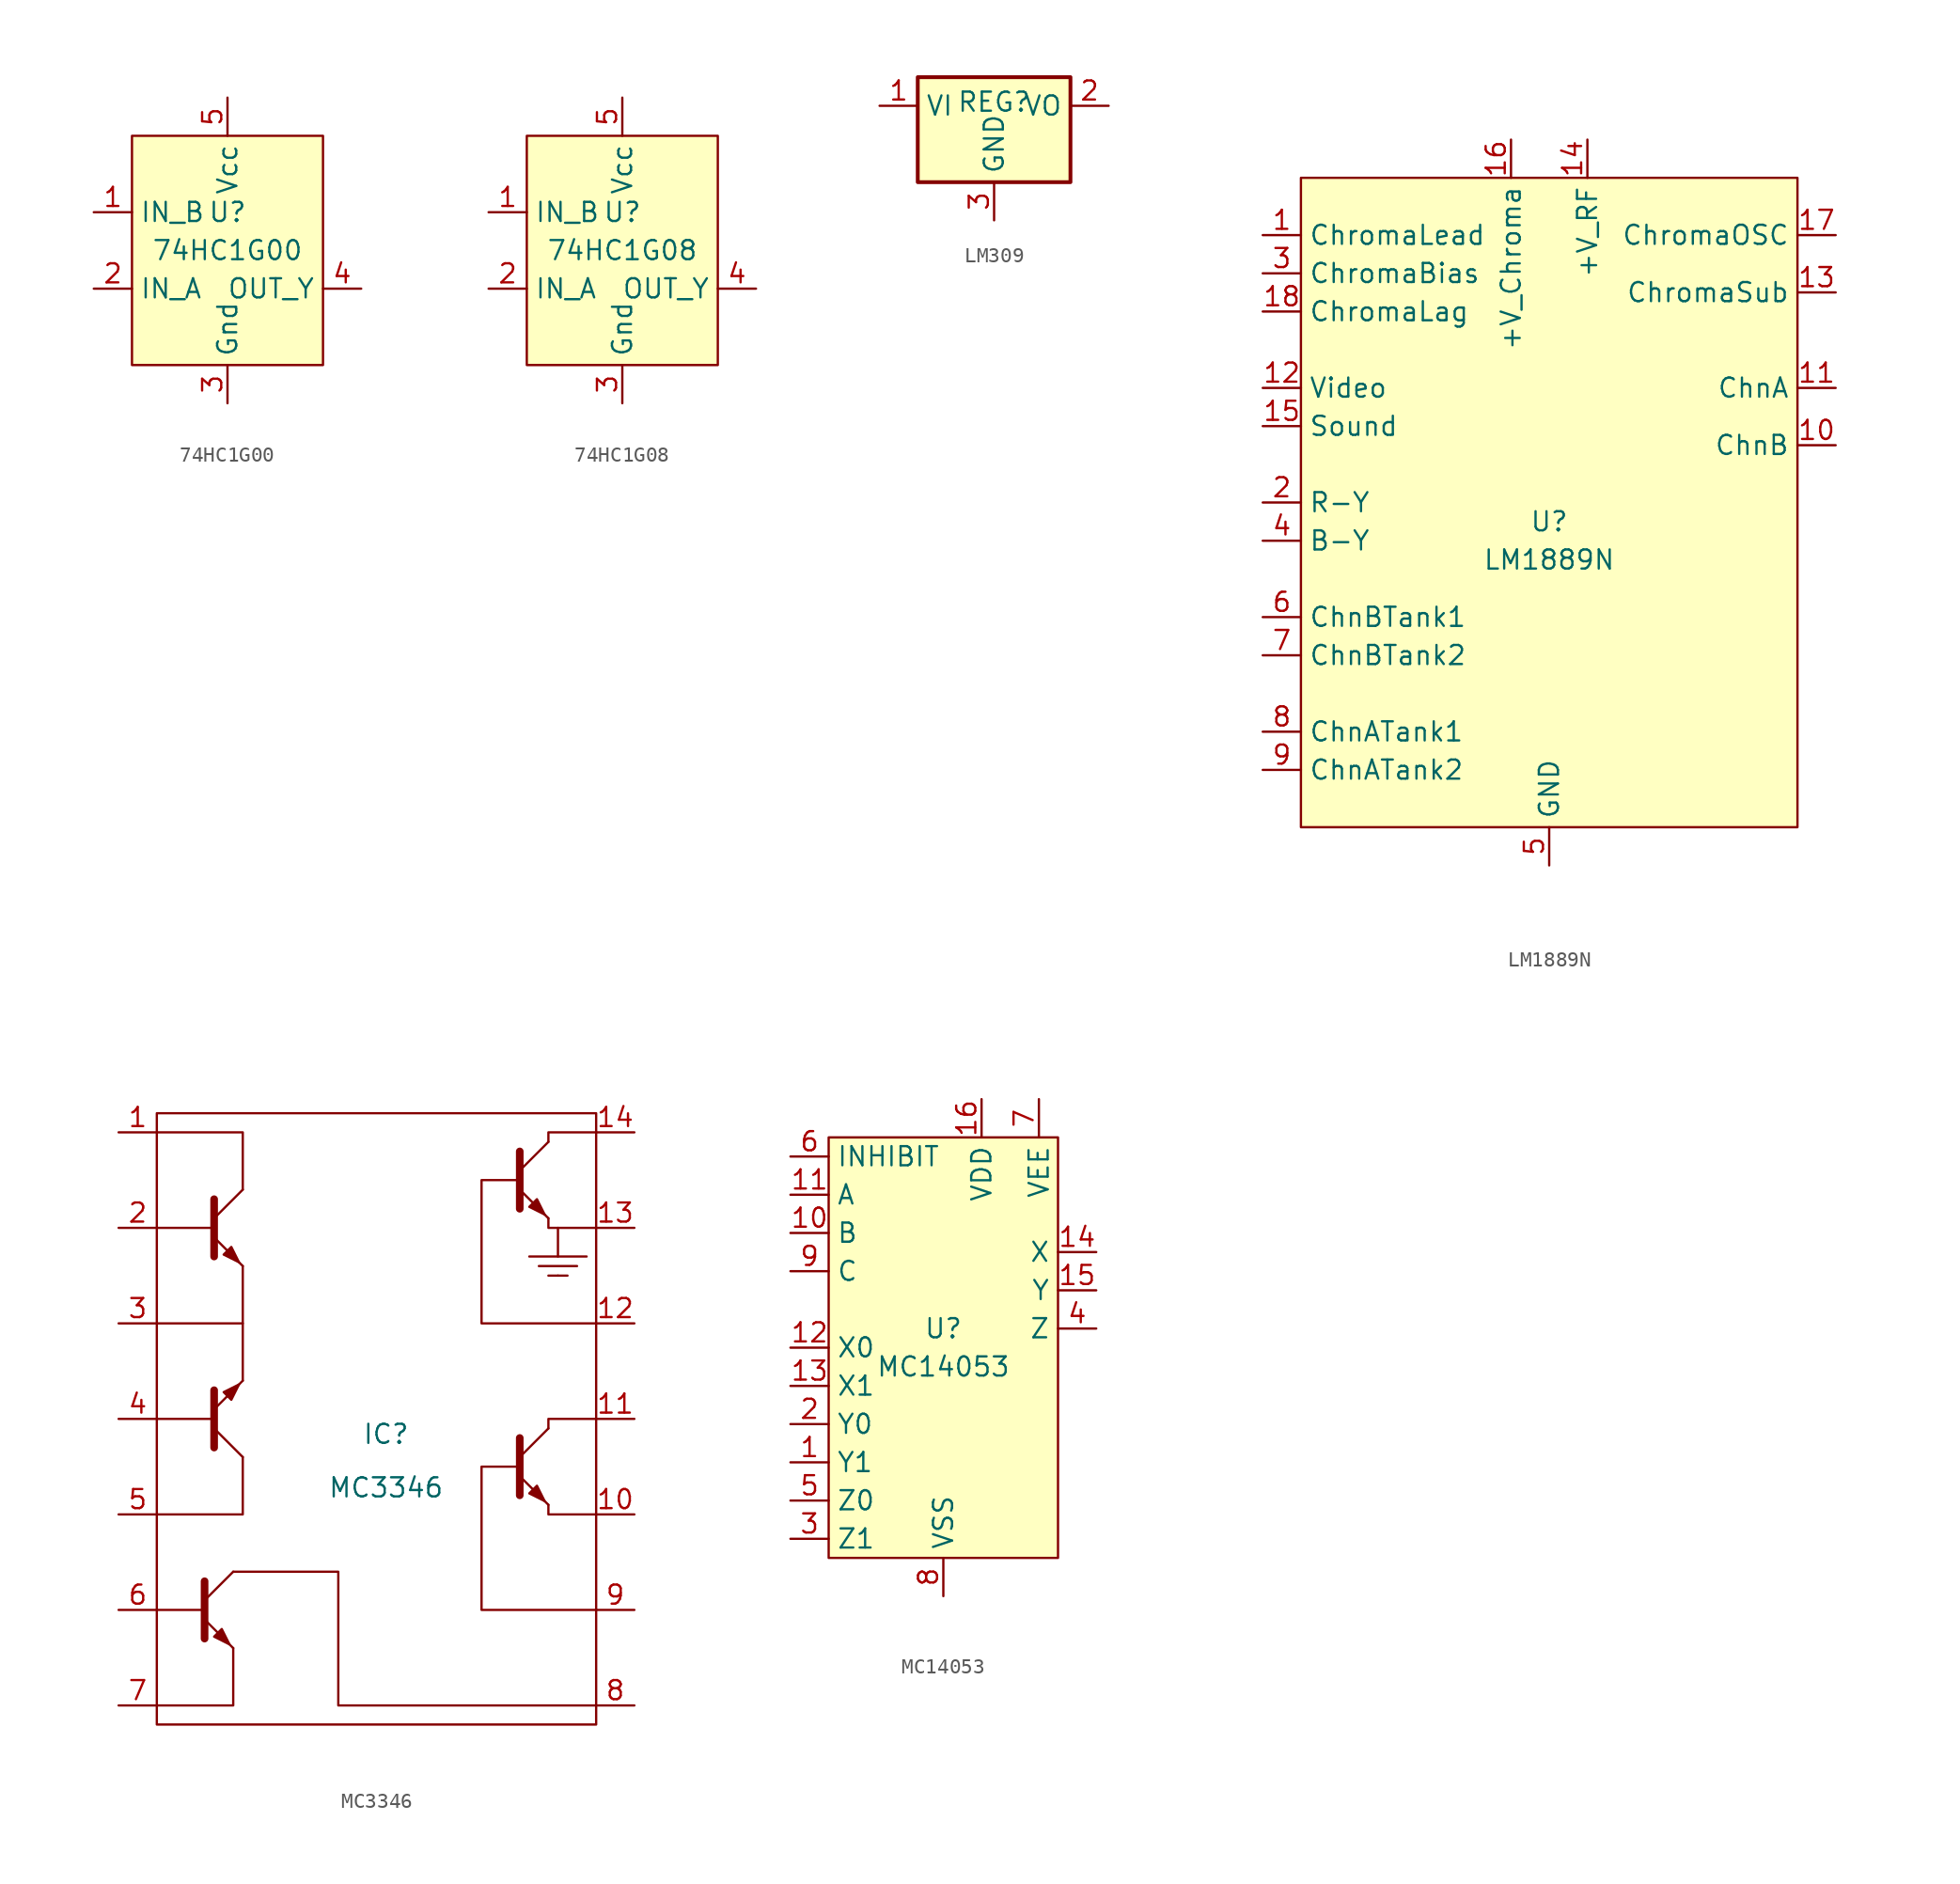
<source format=kicad_sym>
(kicad_symbol_lib
  (version 20231120)
  (generator "kicad_symbol_editor")
  (generator_version "8.0")
  (symbol "74HC1G00"
    (property "Reference" "U"
      (at 0 2.54 0)
      (effects (font (size 1.27 1.27))))
    (property "Value" "74HC1G00"
      (at 0 0 0)
      (effects (font (size 1.27 1.27))))
    (symbol "74HC1G00_0_1"
      (rectangle (start -6.35 7.62) (end 6.35 -7.62) (stroke (width 0) (type default)) (fill (type background))))
    (symbol "74HC1G00_1_1"
      (pin input line (at -8.89 2.54 0) (length 2.54) (name "IN_B" (effects (font (size 1.27 1.27)))) (number "1" (effects (font (size 1.27 1.27)))))
      (pin input line (at -8.89 -2.54 0) (length 2.54) (name "IN_A" (effects (font (size 1.27 1.27)))) (number "2" (effects (font (size 1.27 1.27)))))
      (pin power_in line (at 0 -10.16 90) (length 2.54) (name "Gnd" (effects (font (size 1.27 1.27)))) (number "3" (effects (font (size 1.27 1.27)))))
      (pin output line (at 8.89 -2.54 180) (length 2.54) (name "OUT_Y" (effects (font (size 1.27 1.27)))) (number "4" (effects (font (size 1.27 1.27)))))
      (pin power_in line (at 0 10.16 270) (length 2.54) (name "Vcc" (effects (font (size 1.27 1.27)))) (number "5" (effects (font (size 1.27 1.27)))))))
  (symbol "74HC1G08"
    (property "Reference" "U"
      (at 0 2.54 0)
      (effects (font (size 1.27 1.27))))
    (property "Value" "74HC1G08"
      (at 0 0 0)
      (effects (font (size 1.27 1.27))))
    (symbol "74HC1G08_0_1"
      (rectangle (start -6.35 7.62) (end 6.35 -7.62) (stroke (width 0) (type default)) (fill (type background))))
    (symbol "74HC1G08_1_1"
      (pin input line (at -8.89 2.54 0) (length 2.54) (name "IN_B" (effects (font (size 1.27 1.27)))) (number "1" (effects (font (size 1.27 1.27)))))
      (pin input line (at -8.89 -2.54 0) (length 2.54) (name "IN_A" (effects (font (size 1.27 1.27)))) (number "2" (effects (font (size 1.27 1.27)))))
      (pin power_in line (at 0 -10.16 90) (length 2.54) (name "Gnd" (effects (font (size 1.27 1.27)))) (number "3" (effects (font (size 1.27 1.27)))))
      (pin output line (at 8.89 -2.54 180) (length 2.54) (name "OUT_Y" (effects (font (size 1.27 1.27)))) (number "4" (effects (font (size 1.27 1.27)))))
      (pin power_in line (at 0 10.16 270) (length 2.54) (name "Vcc" (effects (font (size 1.27 1.27)))) (number "5" (effects (font (size 1.27 1.27)))))))
  (symbol "LM309"
    (property "Reference" "REG"
      (at 0 1.524 0)
      (effects (font (size 1.27 1.27))))
    (property "Value" ""
      (at 0 0 0)
      (effects (font (size 1.27 1.27))))
    (symbol "LM309_0_1"
      (rectangle (start -5.08 3.175) (end 5.08 -3.81) (stroke (width 0.254) (type default)) (fill (type background))))
    (symbol "LM309_1_1"
      (pin power_in line (at -7.62 1.27 0) (length 2.54) (name "VI" (effects (font (size 1.27 1.27)))) (number "1" (effects (font (size 1.27 1.27)))))
      (pin power_out line (at 7.62 1.27 180) (length 2.54) (name "VO" (effects (font (size 1.27 1.27)))) (number "2" (effects (font (size 1.27 1.27)))))
      (pin power_in line (at 0 -6.35 90) (length 2.54) (name "GND" (effects (font (size 1.27 1.27)))) (number "3" (effects (font (size 1.27 1.27)))))))
  (symbol "LM1889N"
    (property "Reference" "U"
      (at 0 1.27 0)
      (effects (font (size 1.27 1.27))))
    (property "Value" "LM1889N"
      (at 0 -1.27 0)
      (effects (font (size 1.27 1.27))))
    (symbol "LM1889N_0_1"
      (rectangle (start -16.51 24.13) (end 16.51 -19.05) (stroke (width 0) (type default)) (fill (type background))))
    (symbol "LM1889N_1_1"
      (pin input line (at -19.05 20.32 0) (length 2.54) (name "ChromaLead" (effects (font (size 1.27 1.27)))) (number "1" (effects (font (size 1.27 1.27)))))
      (pin output line (at 19.05 6.35 180) (length 2.54) (name "ChnB" (effects (font (size 1.27 1.27)))) (number "10" (effects (font (size 1.27 1.27)))))
      (pin output line (at 19.05 10.16 180) (length 2.54) (name "ChnA" (effects (font (size 1.27 1.27)))) (number "11" (effects (font (size 1.27 1.27)))))
      (pin input line (at -19.05 10.16 0) (length 2.54) (name "Video" (effects (font (size 1.27 1.27)))) (number "12" (effects (font (size 1.27 1.27)))))
      (pin output line (at 19.05 16.51 180) (length 2.54) (name "ChromaSub" (effects (font (size 1.27 1.27)))) (number "13" (effects (font (size 1.27 1.27)))))
      (pin power_in line (at 2.54 26.67 270) (length 2.54) (name "+V_RF" (effects (font (size 1.27 1.27)))) (number "14" (effects (font (size 1.27 1.27)))))
      (pin input line (at -19.05 7.62 0) (length 2.54) (name "Sound" (effects (font (size 1.27 1.27)))) (number "15" (effects (font (size 1.27 1.27)))))
      (pin power_in line (at -2.54 26.67 270) (length 2.54) (name "+V_Chroma" (effects (font (size 1.27 1.27)))) (number "16" (effects (font (size 1.27 1.27)))))
      (pin output line (at 19.05 20.32 180) (length 2.54) (name "ChromaOSC" (effects (font (size 1.27 1.27)))) (number "17" (effects (font (size 1.27 1.27)))))
      (pin input line (at -19.05 15.24 0) (length 2.54) (name "ChromaLag" (effects (font (size 1.27 1.27)))) (number "18" (effects (font (size 1.27 1.27)))))
      (pin input line (at -19.05 2.54 0) (length 2.54) (name "R-Y" (effects (font (size 1.27 1.27)))) (number "2" (effects (font (size 1.27 1.27)))))
      (pin input line (at -19.05 17.78 0) (length 2.54) (name "ChromaBias" (effects (font (size 1.27 1.27)))) (number "3" (effects (font (size 1.27 1.27)))))
      (pin input line (at -19.05 0 0) (length 2.54) (name "B-Y" (effects (font (size 1.27 1.27)))) (number "4" (effects (font (size 1.27 1.27)))))
      (pin power_in line (at 0 -21.59 90) (length 2.54) (name "GND" (effects (font (size 1.27 1.27)))) (number "5" (effects (font (size 1.27 1.27)))))
      (pin input line (at -19.05 -5.08 0) (length 2.54) (name "ChnBTank1" (effects (font (size 1.27 1.27)))) (number "6" (effects (font (size 1.27 1.27)))))
      (pin input line (at -19.05 -7.62 0) (length 2.54) (name "ChnBTank2" (effects (font (size 1.27 1.27)))) (number "7" (effects (font (size 1.27 1.27)))))
      (pin input line (at -19.05 -12.7 0) (length 2.54) (name "ChnATank1" (effects (font (size 1.27 1.27)))) (number "8" (effects (font (size 1.27 1.27)))))
      (pin input line (at -19.05 -15.24 0) (length 2.54) (name "ChnATank2" (effects (font (size 1.27 1.27)))) (number "9" (effects (font (size 1.27 1.27)))))))
  (symbol "MC3346"
    (property "Reference" "IC"
      (at 0 1.524 0)
      (effects (font (size 1.27 1.27))))
    (property "Value" "MC3346"
      (at 0 -2.032 0)
      (effects (font (size 1.27 1.27))))
    (symbol "MC3346_0_1"
      (rectangle (start -15.24 22.86) (end 13.97 -17.78) (stroke (width 0) (type default)) (fill (type none)))
      (polyline (pts (xy -15.24 -10.16) (xy -12.065 -10.16)) (stroke (width 0) (type default)) (fill (type none)))
      (polyline (pts (xy -15.24 2.54) (xy -11.43 2.54)) (stroke (width 0) (type default)) (fill (type none)))
      (polyline (pts (xy -12.065 -9.525) (xy -10.16 -7.62)) (stroke (width 0) (type default)) (fill (type none)))
      (polyline (pts (xy -11.43 1.905) (xy -9.525 0)) (stroke (width 0) (type default)) (fill (type none)))
      (polyline (pts (xy -11.43 15.24) (xy -15.24 15.24)) (stroke (width 0) (type default)) (fill (type none)))
      (polyline (pts (xy -11.43 15.875) (xy -9.525 17.78)) (stroke (width 0) (type default)) (fill (type none)))
      (polyline (pts (xy -9.525 5.08) (xy -9.525 8.89)) (stroke (width 0) (type default)) (fill (type none)))
      (polyline (pts (xy 8.89 0) (xy 10.795 1.905)) (stroke (width 0) (type default)) (fill (type none)))
      (polyline (pts (xy 8.89 19.05) (xy 10.795 20.955)) (stroke (width 0) (type default)) (fill (type none)))
      (polyline (pts (xy 9.525 13.335) (xy 13.335 13.335)) (stroke (width 0) (type default)) (fill (type none)))
      (polyline (pts (xy 10.16 12.7) (xy 12.7 12.7)) (stroke (width 0) (type default)) (fill (type none)))
      (polyline (pts (xy 10.795 12.065) (xy 12.065 12.065)) (stroke (width 0) (type default)) (fill (type none)))
      (polyline (pts (xy 11.43 12.065) (xy 11.43 12.065)) (stroke (width 0) (type default)) (fill (type none)))
      (polyline (pts (xy 11.43 15.24) (xy 11.43 13.335)) (stroke (width 0) (type default)) (fill (type none)))
      (polyline (pts (xy -15.24 -3.81) (xy -9.525 -3.81) (xy -9.525 0)) (stroke (width 0) (type default)) (fill (type none)))
      (polyline (pts (xy -15.24 8.89) (xy -9.525 8.89) (xy -9.525 12.7)) (stroke (width 0) (type default)) (fill (type none)))
      (polyline (pts (xy -15.24 21.59) (xy -9.525 21.59) (xy -9.525 17.78)) (stroke (width 0) (type default)) (fill (type none)))
      (polyline (pts (xy -12.065 -10.795) (xy -10.16 -12.7) (xy -10.16 -12.7)) (stroke (width 0) (type default)) (fill (type none)))
      (polyline (pts (xy -12.065 -8.255) (xy -12.065 -12.065) (xy -12.065 -12.065)) (stroke (width 0.508) (type default)) (fill (type none)))
      (polyline (pts (xy -11.43 0.635) (xy -11.43 4.445) (xy -11.43 4.445)) (stroke (width 0.508) (type default)) (fill (type none)))
      (polyline (pts (xy -11.43 3.175) (xy -9.525 5.08) (xy -9.525 5.08)) (stroke (width 0) (type default)) (fill (type none)))
      (polyline (pts (xy -11.43 14.605) (xy -9.525 12.7) (xy -9.525 12.7)) (stroke (width 0) (type default)) (fill (type none)))
      (polyline (pts (xy -11.43 17.145) (xy -11.43 13.335) (xy -11.43 13.335)) (stroke (width 0.508) (type default)) (fill (type none)))
      (polyline (pts (xy -10.16 -12.7) (xy -10.16 -16.51) (xy -15.24 -16.51)) (stroke (width 0) (type default)) (fill (type none)))
      (polyline (pts (xy 8.89 -1.27) (xy 10.795 -3.175) (xy 10.795 -3.175)) (stroke (width 0) (type default)) (fill (type none)))
      (polyline (pts (xy 8.89 1.27) (xy 8.89 -2.54) (xy 8.89 -2.54)) (stroke (width 0.508) (type default)) (fill (type none)))
      (polyline (pts (xy 8.89 17.78) (xy 10.795 15.875) (xy 10.795 15.875)) (stroke (width 0) (type default)) (fill (type none)))
      (polyline (pts (xy 8.89 20.32) (xy 8.89 16.51) (xy 8.89 16.51)) (stroke (width 0.508) (type default)) (fill (type none)))
      (polyline (pts (xy 10.795 15.875) (xy 10.795 15.24) (xy 13.97 15.24)) (stroke (width 0) (type default)) (fill (type none)))
      (polyline (pts (xy 13.97 -3.81) (xy 10.795 -3.81) (xy 10.795 -3.175)) (stroke (width 0) (type default)) (fill (type none)))
      (polyline (pts (xy 13.97 2.54) (xy 10.795 2.54) (xy 10.795 1.905)) (stroke (width 0) (type default)) (fill (type none)))
      (polyline (pts (xy 13.97 21.59) (xy 10.795 21.59) (xy 10.795 20.955)) (stroke (width 0) (type default)) (fill (type none)))
      (polyline (pts (xy 13.97 -16.51) (xy -3.175 -16.51) (xy -3.175 -7.62) (xy -10.16 -7.62)) (stroke (width 0) (type default)) (fill (type none)))
      (polyline (pts (xy 13.97 -10.16) (xy 6.35 -10.16) (xy 6.35 -0.635) (xy 8.89 -0.635)) (stroke (width 0) (type default)) (fill (type none)))
      (polyline (pts (xy 13.97 8.89) (xy 6.35 8.89) (xy 6.35 18.415) (xy 8.89 18.415)) (stroke (width 0) (type default)) (fill (type none)))
      (polyline (pts (xy -11.43 -11.938) (xy -10.922 -11.43) (xy -10.414 -12.446) (xy -11.43 -11.938) (xy -11.43 -11.938)) (stroke (width 0) (type default)) (fill (type outline)))
      (polyline (pts (xy -10.795 4.318) (xy -10.287 3.81) (xy -9.779 4.826) (xy -10.795 4.318) (xy -10.795 4.318)) (stroke (width 0) (type default)) (fill (type outline)))
      (polyline (pts (xy -10.795 13.462) (xy -10.287 13.97) (xy -9.779 12.954) (xy -10.795 13.462) (xy -10.795 13.462)) (stroke (width 0) (type default)) (fill (type outline)))
      (polyline (pts (xy 9.525 -2.413) (xy 10.033 -1.905) (xy 10.541 -2.921) (xy 9.525 -2.413) (xy 9.525 -2.413)) (stroke (width 0) (type default)) (fill (type outline)))
      (polyline (pts (xy 9.525 16.637) (xy 10.033 17.145) (xy 10.541 16.129) (xy 9.525 16.637) (xy 9.525 16.637)) (stroke (width 0) (type default)) (fill (type outline))))
    (symbol "MC3346_1_1"
      (pin input line (at -17.78 21.59 0) (length 2.54) (name "" (effects (font (size 1.27 1.27)))) (number "1" (effects (font (size 1.27 1.27)))))
      (pin output line (at 16.51 -3.81 180) (length 2.54) (name "" (effects (font (size 1.27 1.27)))) (number "10" (effects (font (size 1.27 1.27)))))
      (pin input line (at 16.51 2.54 180) (length 2.54) (name "" (effects (font (size 1.27 1.27)))) (number "11" (effects (font (size 1.27 1.27)))))
      (pin input line (at 16.51 8.89 180) (length 2.54) (name "" (effects (font (size 1.27 1.27)))) (number "12" (effects (font (size 1.27 1.27)))))
      (pin output line (at 16.51 15.24 180) (length 2.54) (name "" (effects (font (size 1.27 1.27)))) (number "13" (effects (font (size 1.27 1.27)))))
      (pin input line (at 16.51 21.59 180) (length 2.54) (name "" (effects (font (size 1.27 1.27)))) (number "14" (effects (font (size 1.27 1.27)))))
      (pin input line (at -17.78 15.24 0) (length 2.54) (name "" (effects (font (size 1.27 1.27)))) (number "2" (effects (font (size 1.27 1.27)))))
      (pin output line (at -17.78 8.89 0) (length 2.54) (name "" (effects (font (size 1.27 1.27)))) (number "3" (effects (font (size 1.27 1.27)))))
      (pin input line (at -17.78 2.54 0) (length 2.54) (name "" (effects (font (size 1.27 1.27)))) (number "4" (effects (font (size 1.27 1.27)))))
      (pin input line (at -17.78 -3.81 0) (length 2.54) (name "" (effects (font (size 1.27 1.27)))) (number "5" (effects (font (size 1.27 1.27)))))
      (pin input line (at -17.78 -10.16 0) (length 2.54) (name "" (effects (font (size 1.27 1.27)))) (number "6" (effects (font (size 1.27 1.27)))))
      (pin output line (at -17.78 -16.51 0) (length 2.54) (name "" (effects (font (size 1.27 1.27)))) (number "7" (effects (font (size 1.27 1.27)))))
      (pin input line (at 16.51 -16.51 180) (length 2.54) (name "" (effects (font (size 1.27 1.27)))) (number "8" (effects (font (size 1.27 1.27)))))
      (pin input line (at 16.51 -10.16 180) (length 2.54) (name "" (effects (font (size 1.27 1.27)))) (number "9" (effects (font (size 1.27 1.27)))))))
  (symbol "MC14053"
    (property "Reference" "U"
      (at 0 1.27 0)
      (effects (font (size 1.27 1.27))))
    (property "Value" "MC14053"
      (at 0 -1.27 0)
      (effects (font (size 1.27 1.27))))
    (symbol "MC14053_0_1"
      (rectangle (start -7.62 13.97) (end 7.62 -13.97) (stroke (width 0) (type default)) (fill (type background))))
    (symbol "MC14053_1_1"
      (pin input line (at -10.16 -7.62 0) (length 2.54) (name "Y1" (effects (font (size 1.27 1.27)))) (number "1" (effects (font (size 1.27 1.27)))))
      (pin input line (at -10.16 7.62 0) (length 2.54) (name "B" (effects (font (size 1.27 1.27)))) (number "10" (effects (font (size 1.27 1.27)))))
      (pin input line (at -10.16 10.16 0) (length 2.54) (name "A" (effects (font (size 1.27 1.27)))) (number "11" (effects (font (size 1.27 1.27)))))
      (pin input line (at -10.16 0 0) (length 2.54) (name "X0" (effects (font (size 1.27 1.27)))) (number "12" (effects (font (size 1.27 1.27)))))
      (pin input line (at -10.16 -2.54 0) (length 2.54) (name "X1" (effects (font (size 1.27 1.27)))) (number "13" (effects (font (size 1.27 1.27)))))
      (pin output line (at 10.16 6.35 180) (length 2.54) (name "X" (effects (font (size 1.27 1.27)))) (number "14" (effects (font (size 1.27 1.27)))))
      (pin output line (at 10.16 3.81 180) (length 2.54) (name "Y" (effects (font (size 1.27 1.27)))) (number "15" (effects (font (size 1.27 1.27)))))
      (pin power_in line (at 2.54 16.51 270) (length 2.54) (name "VDD" (effects (font (size 1.27 1.27)))) (number "16" (effects (font (size 1.27 1.27)))))
      (pin input line (at -10.16 -5.08 0) (length 2.54) (name "Y0" (effects (font (size 1.27 1.27)))) (number "2" (effects (font (size 1.27 1.27)))))
      (pin input line (at -10.16 -12.7 0) (length 2.54) (name "Z1" (effects (font (size 1.27 1.27)))) (number "3" (effects (font (size 1.27 1.27)))))
      (pin output line (at 10.16 1.27 180) (length 2.54) (name "Z" (effects (font (size 1.27 1.27)))) (number "4" (effects (font (size 1.27 1.27)))))
      (pin input line (at -10.16 -10.16 0) (length 2.54) (name "Z0" (effects (font (size 1.27 1.27)))) (number "5" (effects (font (size 1.27 1.27)))))
      (pin input line (at -10.16 12.7 0) (length 2.54) (name "INHIBIT" (effects (font (size 1.27 1.27)))) (number "6" (effects (font (size 1.27 1.27)))))
      (pin power_in line (at 6.35 16.51 270) (length 2.54) (name "VEE" (effects (font (size 1.27 1.27)))) (number "7" (effects (font (size 1.27 1.27)))))
      (pin power_in line (at 0 -16.51 90) (length 2.54) (name "VSS" (effects (font (size 1.27 1.27)))) (number "8" (effects (font (size 1.27 1.27)))))
      (pin input line (at -10.16 5.08 0) (length 2.54) (name "C" (effects (font (size 1.27 1.27)))) (number "9" (effects (font (size 1.27 1.27))))))))
</source>
